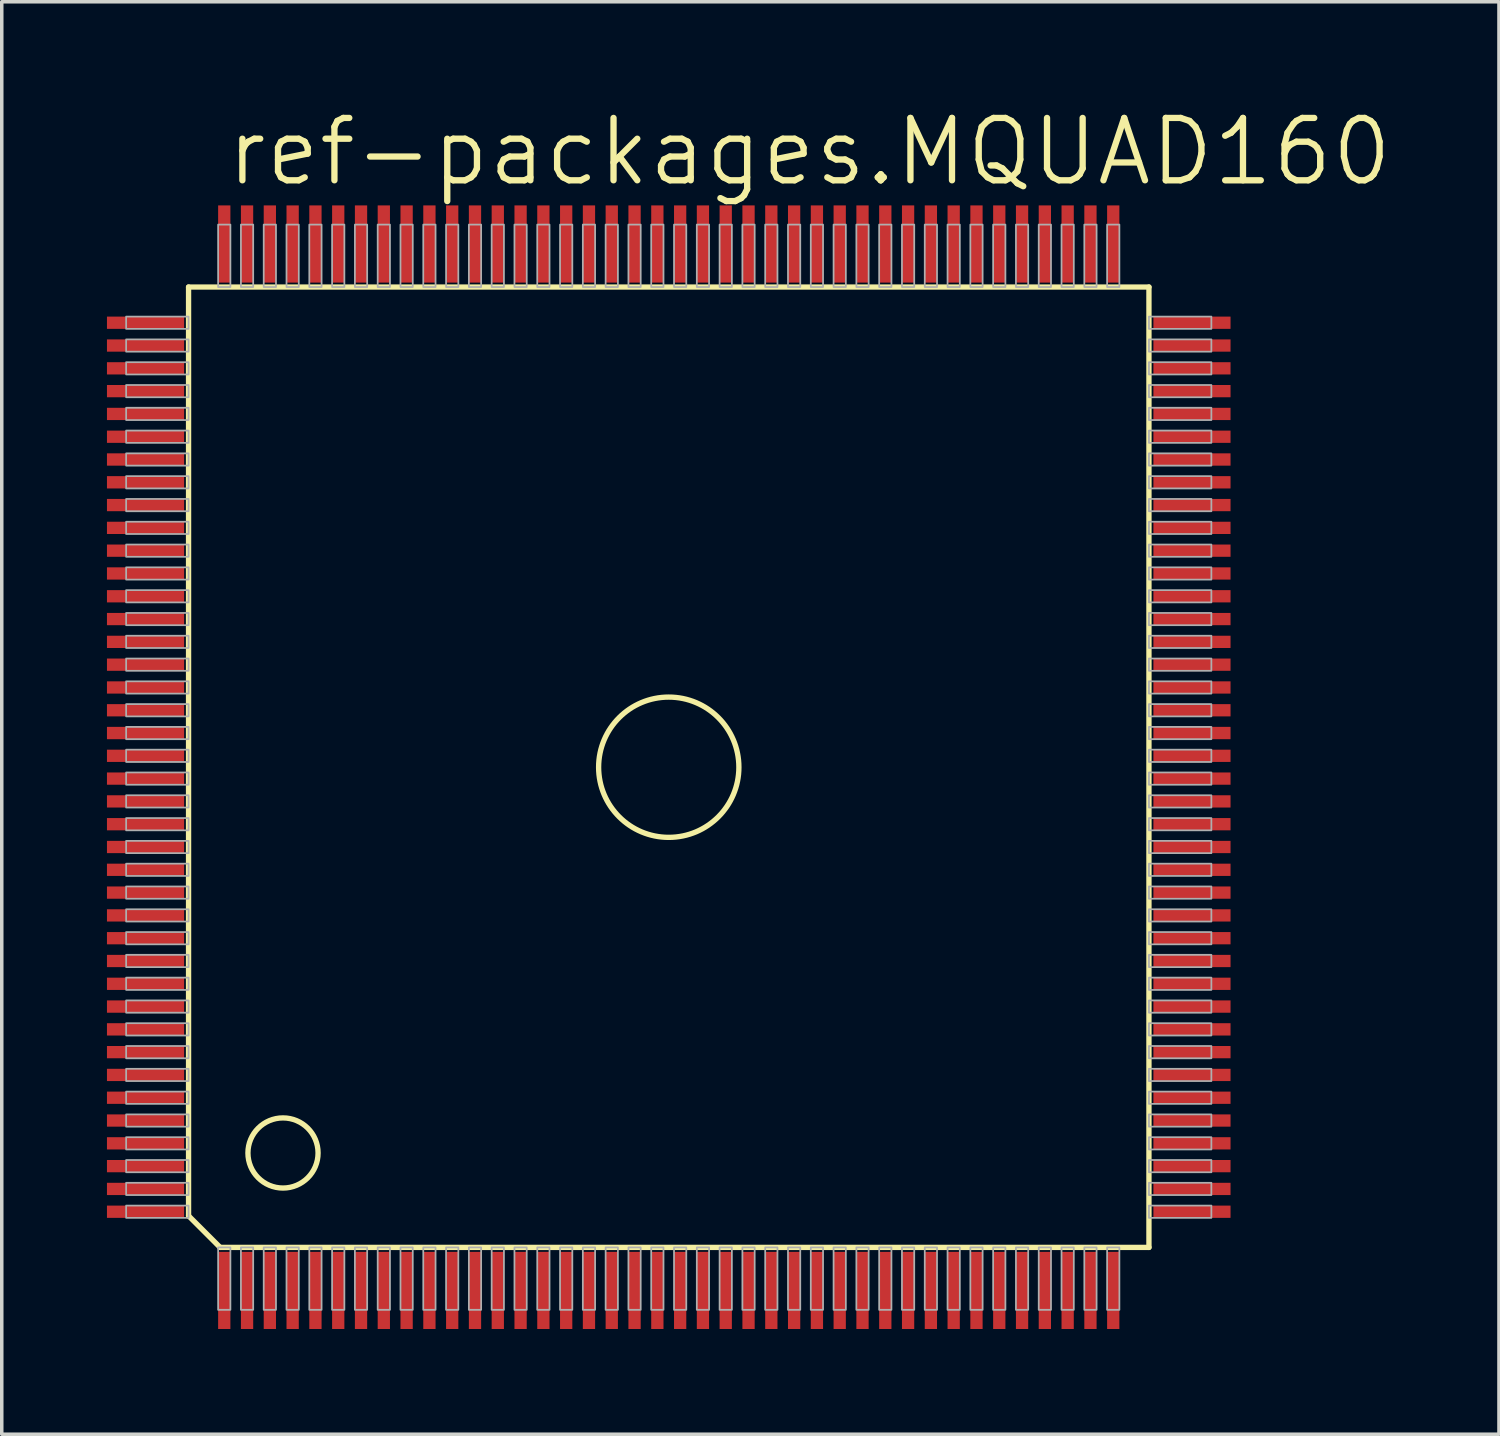
<source format=kicad_pcb>
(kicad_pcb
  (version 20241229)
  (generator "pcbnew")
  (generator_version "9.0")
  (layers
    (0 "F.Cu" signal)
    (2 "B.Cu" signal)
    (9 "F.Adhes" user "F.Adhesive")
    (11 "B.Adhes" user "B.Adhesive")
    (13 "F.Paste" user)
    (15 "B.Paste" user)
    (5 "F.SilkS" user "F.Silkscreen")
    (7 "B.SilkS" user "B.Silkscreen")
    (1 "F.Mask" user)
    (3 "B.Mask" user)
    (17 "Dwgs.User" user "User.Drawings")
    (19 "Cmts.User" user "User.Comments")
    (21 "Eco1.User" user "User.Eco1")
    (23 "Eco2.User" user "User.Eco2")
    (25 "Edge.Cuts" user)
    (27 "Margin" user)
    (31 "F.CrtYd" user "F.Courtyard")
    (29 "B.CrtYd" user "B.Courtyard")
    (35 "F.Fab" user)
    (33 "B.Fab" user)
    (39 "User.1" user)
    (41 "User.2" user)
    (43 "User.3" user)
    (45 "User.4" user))
  (footprint "ref-packages.MQUAD160"
    (layer "F.Cu")
    (at 16.02 18.828)
    (property "Reference" "ref-packages.MQUAD160" (at -12.7 -16.51 0) (layer "F.SilkS") (effects (font (size 1.778 1.778) (thickness 0.18)) (justify left bottom)))
    (attr smd)
    (fp_line (start -13.693 -13.693) (end 13.693 -13.693) (stroke (width 0.152) (type default)) (layer "F.SilkS"))
    (fp_line (start -13.693 12.793) (end -13.693 -13.693) (stroke (width 0.152) (type default)) (layer "F.SilkS"))
    (fp_line (start -12.793 13.693) (end -13.693 12.793) (stroke (width 0.152) (type default)) (layer "F.SilkS"))
    (fp_line (start 13.693 -13.693) (end 13.693 13.693) (stroke (width 0.152) (type default)) (layer "F.SilkS"))
    (fp_line (start 13.693 13.693) (end -12.793 13.693) (stroke (width 0.152) (type default)) (layer "F.SilkS"))
    (fp_circle (center -11 11) (end -10 11) (stroke (width 0.152) (type default)) (fill no) (layer "F.SilkS"))
    (fp_circle (center 0 0) (end 2 0) (stroke (width 0.152) (type default)) (fill no) (layer "F.SilkS"))
    (fp_rect (start -15.473 -12.5) (end -13.693 -12.85) (stroke (width 0.05) (type default)) (fill no) (layer "F.Fab"))
    (fp_rect (start -15.473 -11.85) (end -13.693 -12.2) (stroke (width 0.05) (type default)) (fill no) (layer "F.Fab"))
    (fp_rect (start -15.473 -11.2) (end -13.693 -11.55) (stroke (width 0.05) (type default)) (fill no) (layer "F.Fab"))
    (fp_rect (start -15.473 -10.55) (end -13.693 -10.9) (stroke (width 0.05) (type default)) (fill no) (layer "F.Fab"))
    (fp_rect (start -15.473 -9.9) (end -13.693 -10.25) (stroke (width 0.05) (type default)) (fill no) (layer "F.Fab"))
    (fp_rect (start -15.473 -9.25) (end -13.693 -9.6) (stroke (width 0.05) (type default)) (fill no) (layer "F.Fab"))
    (fp_rect (start -15.473 -8.6) (end -13.693 -8.95) (stroke (width 0.05) (type default)) (fill no) (layer "F.Fab"))
    (fp_rect (start -15.473 -7.95) (end -13.693 -8.3) (stroke (width 0.05) (type default)) (fill no) (layer "F.Fab"))
    (fp_rect (start -15.473 -7.3) (end -13.693 -7.65) (stroke (width 0.05) (type default)) (fill no) (layer "F.Fab"))
    (fp_rect (start -15.473 -6.65) (end -13.693 -7) (stroke (width 0.05) (type default)) (fill no) (layer "F.Fab"))
    (fp_rect (start -15.473 -6) (end -13.693 -6.35) (stroke (width 0.05) (type default)) (fill no) (layer "F.Fab"))
    (fp_rect (start -15.473 -5.35) (end -13.693 -5.7) (stroke (width 0.05) (type default)) (fill no) (layer "F.Fab"))
    (fp_rect (start -15.473 -4.7) (end -13.693 -5.05) (stroke (width 0.05) (type default)) (fill no) (layer "F.Fab"))
    (fp_rect (start -15.473 -4.05) (end -13.693 -4.4) (stroke (width 0.05) (type default)) (fill no) (layer "F.Fab"))
    (fp_rect (start -15.473 -3.4) (end -13.693 -3.75) (stroke (width 0.05) (type default)) (fill no) (layer "F.Fab"))
    (fp_rect (start -15.473 -2.75) (end -13.693 -3.1) (stroke (width 0.05) (type default)) (fill no) (layer "F.Fab"))
    (fp_rect (start -15.473 -2.1) (end -13.693 -2.45) (stroke (width 0.05) (type default)) (fill no) (layer "F.Fab"))
    (fp_rect (start -15.473 -1.45) (end -13.693 -1.8) (stroke (width 0.05) (type default)) (fill no) (layer "F.Fab"))
    (fp_rect (start -15.473 -0.8) (end -13.693 -1.15) (stroke (width 0.05) (type default)) (fill no) (layer "F.Fab"))
    (fp_rect (start -15.473 -0.15) (end -13.693 -0.5) (stroke (width 0.05) (type default)) (fill no) (layer "F.Fab"))
    (fp_rect (start -15.473 0.5) (end -13.693 0.15) (stroke (width 0.05) (type default)) (fill no) (layer "F.Fab"))
    (fp_rect (start -15.473 1.15) (end -13.693 0.8) (stroke (width 0.05) (type default)) (fill no) (layer "F.Fab"))
    (fp_rect (start -15.473 1.8) (end -13.693 1.45) (stroke (width 0.05) (type default)) (fill no) (layer "F.Fab"))
    (fp_rect (start -15.473 2.45) (end -13.693 2.1) (stroke (width 0.05) (type default)) (fill no) (layer "F.Fab"))
    (fp_rect (start -15.473 3.1) (end -13.693 2.75) (stroke (width 0.05) (type default)) (fill no) (layer "F.Fab"))
    (fp_rect (start -15.473 3.75) (end -13.693 3.4) (stroke (width 0.05) (type default)) (fill no) (layer "F.Fab"))
    (fp_rect (start -15.473 4.4) (end -13.693 4.05) (stroke (width 0.05) (type default)) (fill no) (layer "F.Fab"))
    (fp_rect (start -15.473 5.05) (end -13.693 4.7) (stroke (width 0.05) (type default)) (fill no) (layer "F.Fab"))
    (fp_rect (start -15.473 5.7) (end -13.693 5.35) (stroke (width 0.05) (type default)) (fill no) (layer "F.Fab"))
    (fp_rect (start -15.473 6.35) (end -13.693 6) (stroke (width 0.05) (type default)) (fill no) (layer "F.Fab"))
    (fp_rect (start -15.473 7) (end -13.693 6.65) (stroke (width 0.05) (type default)) (fill no) (layer "F.Fab"))
    (fp_rect (start -15.473 7.65) (end -13.693 7.3) (stroke (width 0.05) (type default)) (fill no) (layer "F.Fab"))
    (fp_rect (start -15.473 8.3) (end -13.693 7.95) (stroke (width 0.05) (type default)) (fill no) (layer "F.Fab"))
    (fp_rect (start -15.473 8.95) (end -13.693 8.6) (stroke (width 0.05) (type default)) (fill no) (layer "F.Fab"))
    (fp_rect (start -15.473 9.6) (end -13.693 9.25) (stroke (width 0.05) (type default)) (fill no) (layer "F.Fab"))
    (fp_rect (start -15.473 10.25) (end -13.693 9.9) (stroke (width 0.05) (type default)) (fill no) (layer "F.Fab"))
    (fp_rect (start -15.473 10.9) (end -13.693 10.55) (stroke (width 0.05) (type default)) (fill no) (layer "F.Fab"))
    (fp_rect (start -15.473 11.55) (end -13.693 11.2) (stroke (width 0.05) (type default)) (fill no) (layer "F.Fab"))
    (fp_rect (start -15.473 12.2) (end -13.693 11.85) (stroke (width 0.05) (type default)) (fill no) (layer "F.Fab"))
    (fp_rect (start -15.473 12.85) (end -13.693 12.5) (stroke (width 0.05) (type default)) (fill no) (layer "F.Fab"))
    (fp_rect (start -12.85 -13.693) (end -12.5 -15.473) (stroke (width 0.05) (type default)) (fill no) (layer "F.Fab"))
    (fp_rect (start -12.85 15.473) (end -12.5 13.693) (stroke (width 0.05) (type default)) (fill no) (layer "F.Fab"))
    (fp_rect (start -12.2 -13.693) (end -11.85 -15.473) (stroke (width 0.05) (type default)) (fill no) (layer "F.Fab"))
    (fp_rect (start -12.2 15.473) (end -11.85 13.693) (stroke (width 0.05) (type default)) (fill no) (layer "F.Fab"))
    (fp_rect (start -11.55 -13.693) (end -11.2 -15.473) (stroke (width 0.05) (type default)) (fill no) (layer "F.Fab"))
    (fp_rect (start -11.55 15.473) (end -11.2 13.693) (stroke (width 0.05) (type default)) (fill no) (layer "F.Fab"))
    (fp_rect (start -10.9 -13.693) (end -10.55 -15.473) (stroke (width 0.05) (type default)) (fill no) (layer "F.Fab"))
    (fp_rect (start -10.9 15.473) (end -10.55 13.693) (stroke (width 0.05) (type default)) (fill no) (layer "F.Fab"))
    (fp_rect (start -10.25 -13.693) (end -9.9 -15.473) (stroke (width 0.05) (type default)) (fill no) (layer "F.Fab"))
    (fp_rect (start -10.25 15.473) (end -9.9 13.693) (stroke (width 0.05) (type default)) (fill no) (layer "F.Fab"))
    (fp_rect (start -9.6 -13.693) (end -9.25 -15.473) (stroke (width 0.05) (type default)) (fill no) (layer "F.Fab"))
    (fp_rect (start -9.6 15.473) (end -9.25 13.693) (stroke (width 0.05) (type default)) (fill no) (layer "F.Fab"))
    (fp_rect (start -8.95 -13.693) (end -8.6 -15.473) (stroke (width 0.05) (type default)) (fill no) (layer "F.Fab"))
    (fp_rect (start -8.95 15.473) (end -8.6 13.693) (stroke (width 0.05) (type default)) (fill no) (layer "F.Fab"))
    (fp_rect (start -8.3 -13.693) (end -7.95 -15.473) (stroke (width 0.05) (type default)) (fill no) (layer "F.Fab"))
    (fp_rect (start -8.3 15.473) (end -7.95 13.693) (stroke (width 0.05) (type default)) (fill no) (layer "F.Fab"))
    (fp_rect (start -7.65 -13.693) (end -7.3 -15.473) (stroke (width 0.05) (type default)) (fill no) (layer "F.Fab"))
    (fp_rect (start -7.65 15.473) (end -7.3 13.693) (stroke (width 0.05) (type default)) (fill no) (layer "F.Fab"))
    (fp_rect (start -7 -13.693) (end -6.65 -15.473) (stroke (width 0.05) (type default)) (fill no) (layer "F.Fab"))
    (fp_rect (start -7 15.473) (end -6.65 13.693) (stroke (width 0.05) (type default)) (fill no) (layer "F.Fab"))
    (fp_rect (start -6.35 -13.693) (end -6 -15.473) (stroke (width 0.05) (type default)) (fill no) (layer "F.Fab"))
    (fp_rect (start -6.35 15.473) (end -6 13.693) (stroke (width 0.05) (type default)) (fill no) (layer "F.Fab"))
    (fp_rect (start -5.7 -13.693) (end -5.35 -15.473) (stroke (width 0.05) (type default)) (fill no) (layer "F.Fab"))
    (fp_rect (start -5.7 15.473) (end -5.35 13.693) (stroke (width 0.05) (type default)) (fill no) (layer "F.Fab"))
    (fp_rect (start -5.05 -13.693) (end -4.7 -15.473) (stroke (width 0.05) (type default)) (fill no) (layer "F.Fab"))
    (fp_rect (start -5.05 15.473) (end -4.7 13.693) (stroke (width 0.05) (type default)) (fill no) (layer "F.Fab"))
    (fp_rect (start -4.4 -13.693) (end -4.05 -15.473) (stroke (width 0.05) (type default)) (fill no) (layer "F.Fab"))
    (fp_rect (start -4.4 15.473) (end -4.05 13.693) (stroke (width 0.05) (type default)) (fill no) (layer "F.Fab"))
    (fp_rect (start -3.75 -13.693) (end -3.4 -15.473) (stroke (width 0.05) (type default)) (fill no) (layer "F.Fab"))
    (fp_rect (start -3.75 15.473) (end -3.4 13.693) (stroke (width 0.05) (type default)) (fill no) (layer "F.Fab"))
    (fp_rect (start -3.1 -13.693) (end -2.75 -15.473) (stroke (width 0.05) (type default)) (fill no) (layer "F.Fab"))
    (fp_rect (start -3.1 15.473) (end -2.75 13.693) (stroke (width 0.05) (type default)) (fill no) (layer "F.Fab"))
    (fp_rect (start -2.45 -13.693) (end -2.1 -15.473) (stroke (width 0.05) (type default)) (fill no) (layer "F.Fab"))
    (fp_rect (start -2.45 15.473) (end -2.1 13.693) (stroke (width 0.05) (type default)) (fill no) (layer "F.Fab"))
    (fp_rect (start -1.8 -13.693) (end -1.45 -15.473) (stroke (width 0.05) (type default)) (fill no) (layer "F.Fab"))
    (fp_rect (start -1.8 15.473) (end -1.45 13.693) (stroke (width 0.05) (type default)) (fill no) (layer "F.Fab"))
    (fp_rect (start -1.15 -13.693) (end -0.8 -15.473) (stroke (width 0.05) (type default)) (fill no) (layer "F.Fab"))
    (fp_rect (start -1.15 15.473) (end -0.8 13.693) (stroke (width 0.05) (type default)) (fill no) (layer "F.Fab"))
    (fp_rect (start -0.5 -13.693) (end -0.15 -15.473) (stroke (width 0.05) (type default)) (fill no) (layer "F.Fab"))
    (fp_rect (start -0.5 15.473) (end -0.15 13.693) (stroke (width 0.05) (type default)) (fill no) (layer "F.Fab"))
    (fp_rect (start 0.15 -13.693) (end 0.5 -15.473) (stroke (width 0.05) (type default)) (fill no) (layer "F.Fab"))
    (fp_rect (start 0.15 15.473) (end 0.5 13.693) (stroke (width 0.05) (type default)) (fill no) (layer "F.Fab"))
    (fp_rect (start 0.8 -13.693) (end 1.15 -15.473) (stroke (width 0.05) (type default)) (fill no) (layer "F.Fab"))
    (fp_rect (start 0.8 15.473) (end 1.15 13.693) (stroke (width 0.05) (type default)) (fill no) (layer "F.Fab"))
    (fp_rect (start 1.45 -13.693) (end 1.8 -15.473) (stroke (width 0.05) (type default)) (fill no) (layer "F.Fab"))
    (fp_rect (start 1.45 15.473) (end 1.8 13.693) (stroke (width 0.05) (type default)) (fill no) (layer "F.Fab"))
    (fp_rect (start 2.1 -13.693) (end 2.45 -15.473) (stroke (width 0.05) (type default)) (fill no) (layer "F.Fab"))
    (fp_rect (start 2.1 15.473) (end 2.45 13.693) (stroke (width 0.05) (type default)) (fill no) (layer "F.Fab"))
    (fp_rect (start 2.75 -13.693) (end 3.1 -15.473) (stroke (width 0.05) (type default)) (fill no) (layer "F.Fab"))
    (fp_rect (start 2.75 15.473) (end 3.1 13.693) (stroke (width 0.05) (type default)) (fill no) (layer "F.Fab"))
    (fp_rect (start 3.4 -13.693) (end 3.75 -15.473) (stroke (width 0.05) (type default)) (fill no) (layer "F.Fab"))
    (fp_rect (start 3.4 15.473) (end 3.75 13.693) (stroke (width 0.05) (type default)) (fill no) (layer "F.Fab"))
    (fp_rect (start 4.05 -13.693) (end 4.4 -15.473) (stroke (width 0.05) (type default)) (fill no) (layer "F.Fab"))
    (fp_rect (start 4.05 15.473) (end 4.4 13.693) (stroke (width 0.05) (type default)) (fill no) (layer "F.Fab"))
    (fp_rect (start 4.7 -13.693) (end 5.05 -15.473) (stroke (width 0.05) (type default)) (fill no) (layer "F.Fab"))
    (fp_rect (start 4.7 15.473) (end 5.05 13.693) (stroke (width 0.05) (type default)) (fill no) (layer "F.Fab"))
    (fp_rect (start 5.35 -13.693) (end 5.7 -15.473) (stroke (width 0.05) (type default)) (fill no) (layer "F.Fab"))
    (fp_rect (start 5.35 15.473) (end 5.7 13.693) (stroke (width 0.05) (type default)) (fill no) (layer "F.Fab"))
    (fp_rect (start 6 -13.693) (end 6.35 -15.473) (stroke (width 0.05) (type default)) (fill no) (layer "F.Fab"))
    (fp_rect (start 6 15.473) (end 6.35 13.693) (stroke (width 0.05) (type default)) (fill no) (layer "F.Fab"))
    (fp_rect (start 6.65 -13.693) (end 7 -15.473) (stroke (width 0.05) (type default)) (fill no) (layer "F.Fab"))
    (fp_rect (start 6.65 15.473) (end 7 13.693) (stroke (width 0.05) (type default)) (fill no) (layer "F.Fab"))
    (fp_rect (start 7.3 -13.693) (end 7.65 -15.473) (stroke (width 0.05) (type default)) (fill no) (layer "F.Fab"))
    (fp_rect (start 7.3 15.473) (end 7.65 13.693) (stroke (width 0.05) (type default)) (fill no) (layer "F.Fab"))
    (fp_rect (start 7.95 -13.693) (end 8.3 -15.473) (stroke (width 0.05) (type default)) (fill no) (layer "F.Fab"))
    (fp_rect (start 7.95 15.473) (end 8.3 13.693) (stroke (width 0.05) (type default)) (fill no) (layer "F.Fab"))
    (fp_rect (start 8.6 -13.693) (end 8.95 -15.473) (stroke (width 0.05) (type default)) (fill no) (layer "F.Fab"))
    (fp_rect (start 8.6 15.473) (end 8.95 13.693) (stroke (width 0.05) (type default)) (fill no) (layer "F.Fab"))
    (fp_rect (start 9.25 -13.693) (end 9.6 -15.473) (stroke (width 0.05) (type default)) (fill no) (layer "F.Fab"))
    (fp_rect (start 9.25 15.473) (end 9.6 13.693) (stroke (width 0.05) (type default)) (fill no) (layer "F.Fab"))
    (fp_rect (start 9.9 -13.693) (end 10.25 -15.473) (stroke (width 0.05) (type default)) (fill no) (layer "F.Fab"))
    (fp_rect (start 9.9 15.473) (end 10.25 13.693) (stroke (width 0.05) (type default)) (fill no) (layer "F.Fab"))
    (fp_rect (start 10.55 -13.693) (end 10.9 -15.473) (stroke (width 0.05) (type default)) (fill no) (layer "F.Fab"))
    (fp_rect (start 10.55 15.473) (end 10.9 13.693) (stroke (width 0.05) (type default)) (fill no) (layer "F.Fab"))
    (fp_rect (start 11.2 -13.693) (end 11.55 -15.473) (stroke (width 0.05) (type default)) (fill no) (layer "F.Fab"))
    (fp_rect (start 11.2 15.473) (end 11.55 13.693) (stroke (width 0.05) (type default)) (fill no) (layer "F.Fab"))
    (fp_rect (start 11.85 -13.693) (end 12.2 -15.473) (stroke (width 0.05) (type default)) (fill no) (layer "F.Fab"))
    (fp_rect (start 11.85 15.473) (end 12.2 13.693) (stroke (width 0.05) (type default)) (fill no) (layer "F.Fab"))
    (fp_rect (start 12.5 -13.693) (end 12.85 -15.473) (stroke (width 0.05) (type default)) (fill no) (layer "F.Fab"))
    (fp_rect (start 12.5 15.473) (end 12.85 13.693) (stroke (width 0.05) (type default)) (fill no) (layer "F.Fab"))
    (fp_rect (start 13.693 -12.5) (end 15.473 -12.85) (stroke (width 0.05) (type default)) (fill no) (layer "F.Fab"))
    (fp_rect (start 13.693 -11.85) (end 15.473 -12.2) (stroke (width 0.05) (type default)) (fill no) (layer "F.Fab"))
    (fp_rect (start 13.693 -11.2) (end 15.473 -11.55) (stroke (width 0.05) (type default)) (fill no) (layer "F.Fab"))
    (fp_rect (start 13.693 -10.55) (end 15.473 -10.9) (stroke (width 0.05) (type default)) (fill no) (layer "F.Fab"))
    (fp_rect (start 13.693 -9.9) (end 15.473 -10.25) (stroke (width 0.05) (type default)) (fill no) (layer "F.Fab"))
    (fp_rect (start 13.693 -9.25) (end 15.473 -9.6) (stroke (width 0.05) (type default)) (fill no) (layer "F.Fab"))
    (fp_rect (start 13.693 -8.6) (end 15.473 -8.95) (stroke (width 0.05) (type default)) (fill no) (layer "F.Fab"))
    (fp_rect (start 13.693 -7.95) (end 15.473 -8.3) (stroke (width 0.05) (type default)) (fill no) (layer "F.Fab"))
    (fp_rect (start 13.693 -7.3) (end 15.473 -7.65) (stroke (width 0.05) (type default)) (fill no) (layer "F.Fab"))
    (fp_rect (start 13.693 -6.65) (end 15.473 -7) (stroke (width 0.05) (type default)) (fill no) (layer "F.Fab"))
    (fp_rect (start 13.693 -6) (end 15.473 -6.35) (stroke (width 0.05) (type default)) (fill no) (layer "F.Fab"))
    (fp_rect (start 13.693 -5.35) (end 15.473 -5.7) (stroke (width 0.05) (type default)) (fill no) (layer "F.Fab"))
    (fp_rect (start 13.693 -4.7) (end 15.473 -5.05) (stroke (width 0.05) (type default)) (fill no) (layer "F.Fab"))
    (fp_rect (start 13.693 -4.05) (end 15.473 -4.4) (stroke (width 0.05) (type default)) (fill no) (layer "F.Fab"))
    (fp_rect (start 13.693 -3.4) (end 15.473 -3.75) (stroke (width 0.05) (type default)) (fill no) (layer "F.Fab"))
    (fp_rect (start 13.693 -2.75) (end 15.473 -3.1) (stroke (width 0.05) (type default)) (fill no) (layer "F.Fab"))
    (fp_rect (start 13.693 -2.1) (end 15.473 -2.45) (stroke (width 0.05) (type default)) (fill no) (layer "F.Fab"))
    (fp_rect (start 13.693 -1.45) (end 15.473 -1.8) (stroke (width 0.05) (type default)) (fill no) (layer "F.Fab"))
    (fp_rect (start 13.693 -0.8) (end 15.473 -1.15) (stroke (width 0.05) (type default)) (fill no) (layer "F.Fab"))
    (fp_rect (start 13.693 -0.15) (end 15.473 -0.5) (stroke (width 0.05) (type default)) (fill no) (layer "F.Fab"))
    (fp_rect (start 13.693 0.5) (end 15.473 0.15) (stroke (width 0.05) (type default)) (fill no) (layer "F.Fab"))
    (fp_rect (start 13.693 1.15) (end 15.473 0.8) (stroke (width 0.05) (type default)) (fill no) (layer "F.Fab"))
    (fp_rect (start 13.693 1.8) (end 15.473 1.45) (stroke (width 0.05) (type default)) (fill no) (layer "F.Fab"))
    (fp_rect (start 13.693 2.45) (end 15.473 2.1) (stroke (width 0.05) (type default)) (fill no) (layer "F.Fab"))
    (fp_rect (start 13.693 3.1) (end 15.473 2.75) (stroke (width 0.05) (type default)) (fill no) (layer "F.Fab"))
    (fp_rect (start 13.693 3.75) (end 15.473 3.4) (stroke (width 0.05) (type default)) (fill no) (layer "F.Fab"))
    (fp_rect (start 13.693 4.4) (end 15.473 4.05) (stroke (width 0.05) (type default)) (fill no) (layer "F.Fab"))
    (fp_rect (start 13.693 5.05) (end 15.473 4.7) (stroke (width 0.05) (type default)) (fill no) (layer "F.Fab"))
    (fp_rect (start 13.693 5.7) (end 15.473 5.35) (stroke (width 0.05) (type default)) (fill no) (layer "F.Fab"))
    (fp_rect (start 13.693 6.35) (end 15.473 6) (stroke (width 0.05) (type default)) (fill no) (layer "F.Fab"))
    (fp_rect (start 13.693 7) (end 15.473 6.65) (stroke (width 0.05) (type default)) (fill no) (layer "F.Fab"))
    (fp_rect (start 13.693 7.65) (end 15.473 7.3) (stroke (width 0.05) (type default)) (fill no) (layer "F.Fab"))
    (fp_rect (start 13.693 8.3) (end 15.473 7.95) (stroke (width 0.05) (type default)) (fill no) (layer "F.Fab"))
    (fp_rect (start 13.693 8.95) (end 15.473 8.6) (stroke (width 0.05) (type default)) (fill no) (layer "F.Fab"))
    (fp_rect (start 13.693 9.6) (end 15.473 9.25) (stroke (width 0.05) (type default)) (fill no) (layer "F.Fab"))
    (fp_rect (start 13.693 10.25) (end 15.473 9.9) (stroke (width 0.05) (type default)) (fill no) (layer "F.Fab"))
    (fp_rect (start 13.693 10.9) (end 15.473 10.55) (stroke (width 0.05) (type default)) (fill no) (layer "F.Fab"))
    (fp_rect (start 13.693 11.55) (end 15.473 11.2) (stroke (width 0.05) (type default)) (fill no) (layer "F.Fab"))
    (fp_rect (start 13.693 12.2) (end 15.473 11.85) (stroke (width 0.05) (type default)) (fill no) (layer "F.Fab"))
    (fp_rect (start 13.693 12.85) (end 15.473 12.5) (stroke (width 0.05) (type default)) (fill no) (layer "F.Fab"))
    (pad "1" smd roundrect (at -12.675 14.92) (size 0.35 2.2) (layers "F.Cu" "F.Mask" "F.Paste") (roundrect_rratio 0.01))
    (pad "2" smd roundrect (at -12.025 14.92) (size 0.35 2.2) (layers "F.Cu" "F.Mask" "F.Paste") (roundrect_rratio 0.01))
    (pad "3" smd roundrect (at -11.375 14.92) (size 0.35 2.2) (layers "F.Cu" "F.Mask" "F.Paste") (roundrect_rratio 0.01))
    (pad "4" smd roundrect (at -10.725 14.92) (size 0.35 2.2) (layers "F.Cu" "F.Mask" "F.Paste") (roundrect_rratio 0.01))
    (pad "5" smd roundrect (at -10.075 14.92) (size 0.35 2.2) (layers "F.Cu" "F.Mask" "F.Paste") (roundrect_rratio 0.01))
    (pad "6" smd roundrect (at -9.425 14.92) (size 0.35 2.2) (layers "F.Cu" "F.Mask" "F.Paste") (roundrect_rratio 0.01))
    (pad "7" smd roundrect (at -8.775 14.92) (size 0.35 2.2) (layers "F.Cu" "F.Mask" "F.Paste") (roundrect_rratio 0.01))
    (pad "8" smd roundrect (at -8.125 14.92) (size 0.35 2.2) (layers "F.Cu" "F.Mask" "F.Paste") (roundrect_rratio 0.01))
    (pad "9" smd roundrect (at -7.475 14.92) (size 0.35 2.2) (layers "F.Cu" "F.Mask" "F.Paste") (roundrect_rratio 0.01))
    (pad "10" smd roundrect (at -6.825 14.92) (size 0.35 2.2) (layers "F.Cu" "F.Mask" "F.Paste") (roundrect_rratio 0.01))
    (pad "11" smd roundrect (at -6.175 14.92) (size 0.35 2.2) (layers "F.Cu" "F.Mask" "F.Paste") (roundrect_rratio 0.01))
    (pad "12" smd roundrect (at -5.525 14.92) (size 0.35 2.2) (layers "F.Cu" "F.Mask" "F.Paste") (roundrect_rratio 0.01))
    (pad "13" smd roundrect (at -4.875 14.92) (size 0.35 2.2) (layers "F.Cu" "F.Mask" "F.Paste") (roundrect_rratio 0.01))
    (pad "14" smd roundrect (at -4.225 14.92) (size 0.35 2.2) (layers "F.Cu" "F.Mask" "F.Paste") (roundrect_rratio 0.01))
    (pad "15" smd roundrect (at -3.575 14.92) (size 0.35 2.2) (layers "F.Cu" "F.Mask" "F.Paste") (roundrect_rratio 0.01))
    (pad "16" smd roundrect (at -2.925 14.92) (size 0.35 2.2) (layers "F.Cu" "F.Mask" "F.Paste") (roundrect_rratio 0.01))
    (pad "17" smd roundrect (at -2.275 14.92) (size 0.35 2.2) (layers "F.Cu" "F.Mask" "F.Paste") (roundrect_rratio 0.01))
    (pad "18" smd roundrect (at -1.625 14.92) (size 0.35 2.2) (layers "F.Cu" "F.Mask" "F.Paste") (roundrect_rratio 0.01))
    (pad "19" smd roundrect (at -0.975 14.92) (size 0.35 2.2) (layers "F.Cu" "F.Mask" "F.Paste") (roundrect_rratio 0.01))
    (pad "20" smd roundrect (at -0.325 14.92) (size 0.35 2.2) (layers "F.Cu" "F.Mask" "F.Paste") (roundrect_rratio 0.01))
    (pad "21" smd roundrect (at 0.325 14.92) (size 0.35 2.2) (layers "F.Cu" "F.Mask" "F.Paste") (roundrect_rratio 0.01))
    (pad "22" smd roundrect (at 0.975 14.92) (size 0.35 2.2) (layers "F.Cu" "F.Mask" "F.Paste") (roundrect_rratio 0.01))
    (pad "23" smd roundrect (at 1.625 14.92) (size 0.35 2.2) (layers "F.Cu" "F.Mask" "F.Paste") (roundrect_rratio 0.01))
    (pad "24" smd roundrect (at 2.275 14.92) (size 0.35 2.2) (layers "F.Cu" "F.Mask" "F.Paste") (roundrect_rratio 0.01))
    (pad "25" smd roundrect (at 2.925 14.92) (size 0.35 2.2) (layers "F.Cu" "F.Mask" "F.Paste") (roundrect_rratio 0.01))
    (pad "26" smd roundrect (at 3.575 14.92) (size 0.35 2.2) (layers "F.Cu" "F.Mask" "F.Paste") (roundrect_rratio 0.01))
    (pad "27" smd roundrect (at 4.225 14.92) (size 0.35 2.2) (layers "F.Cu" "F.Mask" "F.Paste") (roundrect_rratio 0.01))
    (pad "28" smd roundrect (at 4.875 14.92) (size 0.35 2.2) (layers "F.Cu" "F.Mask" "F.Paste") (roundrect_rratio 0.01))
    (pad "29" smd roundrect (at 5.525 14.92) (size 0.35 2.2) (layers "F.Cu" "F.Mask" "F.Paste") (roundrect_rratio 0.01))
    (pad "30" smd roundrect (at 6.175 14.92) (size 0.35 2.2) (layers "F.Cu" "F.Mask" "F.Paste") (roundrect_rratio 0.01))
    (pad "31" smd roundrect (at 6.825 14.92) (size 0.35 2.2) (layers "F.Cu" "F.Mask" "F.Paste") (roundrect_rratio 0.01))
    (pad "32" smd roundrect (at 7.475 14.92) (size 0.35 2.2) (layers "F.Cu" "F.Mask" "F.Paste") (roundrect_rratio 0.01))
    (pad "33" smd roundrect (at 8.125 14.92) (size 0.35 2.2) (layers "F.Cu" "F.Mask" "F.Paste") (roundrect_rratio 0.01))
    (pad "34" smd roundrect (at 8.775 14.92) (size 0.35 2.2) (layers "F.Cu" "F.Mask" "F.Paste") (roundrect_rratio 0.01))
    (pad "35" smd roundrect (at 9.425 14.92) (size 0.35 2.2) (layers "F.Cu" "F.Mask" "F.Paste") (roundrect_rratio 0.01))
    (pad "36" smd roundrect (at 10.075 14.92) (size 0.35 2.2) (layers "F.Cu" "F.Mask" "F.Paste") (roundrect_rratio 0.01))
    (pad "37" smd roundrect (at 10.725 14.92) (size 0.35 2.2) (layers "F.Cu" "F.Mask" "F.Paste") (roundrect_rratio 0.01))
    (pad "38" smd roundrect (at 11.375 14.92) (size 0.35 2.2) (layers "F.Cu" "F.Mask" "F.Paste") (roundrect_rratio 0.01))
    (pad "39" smd roundrect (at 12.025 14.92) (size 0.35 2.2) (layers "F.Cu" "F.Mask" "F.Paste") (roundrect_rratio 0.01))
    (pad "40" smd roundrect (at 12.675 14.92) (size 0.35 2.2) (layers "F.Cu" "F.Mask" "F.Paste") (roundrect_rratio 0.01))
    (pad "41" smd roundrect (at 14.92 12.675) (size 2.2 0.35) (layers "F.Cu" "F.Mask" "F.Paste") (roundrect_rratio 0.01))
    (pad "42" smd roundrect (at 14.92 12.025) (size 2.2 0.35) (layers "F.Cu" "F.Mask" "F.Paste") (roundrect_rratio 0.01))
    (pad "43" smd roundrect (at 14.92 11.375) (size 2.2 0.35) (layers "F.Cu" "F.Mask" "F.Paste") (roundrect_rratio 0.01))
    (pad "44" smd roundrect (at 14.92 10.725) (size 2.2 0.35) (layers "F.Cu" "F.Mask" "F.Paste") (roundrect_rratio 0.01))
    (pad "45" smd roundrect (at 14.92 10.075) (size 2.2 0.35) (layers "F.Cu" "F.Mask" "F.Paste") (roundrect_rratio 0.01))
    (pad "46" smd roundrect (at 14.92 9.425) (size 2.2 0.35) (layers "F.Cu" "F.Mask" "F.Paste") (roundrect_rratio 0.01))
    (pad "47" smd roundrect (at 14.92 8.775) (size 2.2 0.35) (layers "F.Cu" "F.Mask" "F.Paste") (roundrect_rratio 0.01))
    (pad "48" smd roundrect (at 14.92 8.125) (size 2.2 0.35) (layers "F.Cu" "F.Mask" "F.Paste") (roundrect_rratio 0.01))
    (pad "49" smd roundrect (at 14.92 7.475) (size 2.2 0.35) (layers "F.Cu" "F.Mask" "F.Paste") (roundrect_rratio 0.01))
    (pad "50" smd roundrect (at 14.92 6.825) (size 2.2 0.35) (layers "F.Cu" "F.Mask" "F.Paste") (roundrect_rratio 0.01))
    (pad "51" smd roundrect (at 14.92 6.175) (size 2.2 0.35) (layers "F.Cu" "F.Mask" "F.Paste") (roundrect_rratio 0.01))
    (pad "52" smd roundrect (at 14.92 5.525) (size 2.2 0.35) (layers "F.Cu" "F.Mask" "F.Paste") (roundrect_rratio 0.01))
    (pad "53" smd roundrect (at 14.92 4.875) (size 2.2 0.35) (layers "F.Cu" "F.Mask" "F.Paste") (roundrect_rratio 0.01))
    (pad "54" smd roundrect (at 14.92 4.225) (size 2.2 0.35) (layers "F.Cu" "F.Mask" "F.Paste") (roundrect_rratio 0.01))
    (pad "55" smd roundrect (at 14.92 3.575) (size 2.2 0.35) (layers "F.Cu" "F.Mask" "F.Paste") (roundrect_rratio 0.01))
    (pad "56" smd roundrect (at 14.92 2.925) (size 2.2 0.35) (layers "F.Cu" "F.Mask" "F.Paste") (roundrect_rratio 0.01))
    (pad "57" smd roundrect (at 14.92 2.275) (size 2.2 0.35) (layers "F.Cu" "F.Mask" "F.Paste") (roundrect_rratio 0.01))
    (pad "58" smd roundrect (at 14.92 1.625) (size 2.2 0.35) (layers "F.Cu" "F.Mask" "F.Paste") (roundrect_rratio 0.01))
    (pad "59" smd roundrect (at 14.92 0.975) (size 2.2 0.35) (layers "F.Cu" "F.Mask" "F.Paste") (roundrect_rratio 0.01))
    (pad "60" smd roundrect (at 14.92 0.325) (size 2.2 0.35) (layers "F.Cu" "F.Mask" "F.Paste") (roundrect_rratio 0.01))
    (pad "61" smd roundrect (at 14.92 -0.325) (size 2.2 0.35) (layers "F.Cu" "F.Mask" "F.Paste") (roundrect_rratio 0.01))
    (pad "62" smd roundrect (at 14.92 -0.975) (size 2.2 0.35) (layers "F.Cu" "F.Mask" "F.Paste") (roundrect_rratio 0.01))
    (pad "63" smd roundrect (at 14.92 -1.625) (size 2.2 0.35) (layers "F.Cu" "F.Mask" "F.Paste") (roundrect_rratio 0.01))
    (pad "64" smd roundrect (at 14.92 -2.275) (size 2.2 0.35) (layers "F.Cu" "F.Mask" "F.Paste") (roundrect_rratio 0.01))
    (pad "65" smd roundrect (at 14.92 -2.925) (size 2.2 0.35) (layers "F.Cu" "F.Mask" "F.Paste") (roundrect_rratio 0.01))
    (pad "66" smd roundrect (at 14.92 -3.575) (size 2.2 0.35) (layers "F.Cu" "F.Mask" "F.Paste") (roundrect_rratio 0.01))
    (pad "67" smd roundrect (at 14.92 -4.225) (size 2.2 0.35) (layers "F.Cu" "F.Mask" "F.Paste") (roundrect_rratio 0.01))
    (pad "68" smd roundrect (at 14.92 -4.875) (size 2.2 0.35) (layers "F.Cu" "F.Mask" "F.Paste") (roundrect_rratio 0.01))
    (pad "69" smd roundrect (at 14.92 -5.525) (size 2.2 0.35) (layers "F.Cu" "F.Mask" "F.Paste") (roundrect_rratio 0.01))
    (pad "70" smd roundrect (at 14.92 -6.175) (size 2.2 0.35) (layers "F.Cu" "F.Mask" "F.Paste") (roundrect_rratio 0.01))
    (pad "71" smd roundrect (at 14.92 -6.825) (size 2.2 0.35) (layers "F.Cu" "F.Mask" "F.Paste") (roundrect_rratio 0.01))
    (pad "72" smd roundrect (at 14.92 -7.475) (size 2.2 0.35) (layers "F.Cu" "F.Mask" "F.Paste") (roundrect_rratio 0.01))
    (pad "73" smd roundrect (at 14.92 -8.125) (size 2.2 0.35) (layers "F.Cu" "F.Mask" "F.Paste") (roundrect_rratio 0.01))
    (pad "74" smd roundrect (at 14.92 -8.775) (size 2.2 0.35) (layers "F.Cu" "F.Mask" "F.Paste") (roundrect_rratio 0.01))
    (pad "75" smd roundrect (at 14.92 -9.425) (size 2.2 0.35) (layers "F.Cu" "F.Mask" "F.Paste") (roundrect_rratio 0.01))
    (pad "76" smd roundrect (at 14.92 -10.075) (size 2.2 0.35) (layers "F.Cu" "F.Mask" "F.Paste") (roundrect_rratio 0.01))
    (pad "77" smd roundrect (at 14.92 -10.725) (size 2.2 0.35) (layers "F.Cu" "F.Mask" "F.Paste") (roundrect_rratio 0.01))
    (pad "78" smd roundrect (at 14.92 -11.375) (size 2.2 0.35) (layers "F.Cu" "F.Mask" "F.Paste") (roundrect_rratio 0.01))
    (pad "79" smd roundrect (at 14.92 -12.025) (size 2.2 0.35) (layers "F.Cu" "F.Mask" "F.Paste") (roundrect_rratio 0.01))
    (pad "80" smd roundrect (at 14.92 -12.675) (size 2.2 0.35) (layers "F.Cu" "F.Mask" "F.Paste") (roundrect_rratio 0.01))
    (pad "81" smd roundrect (at 12.675 -14.92) (size 0.35 2.2) (layers "F.Cu" "F.Mask" "F.Paste") (roundrect_rratio 0.01))
    (pad "82" smd roundrect (at 12.025 -14.92) (size 0.35 2.2) (layers "F.Cu" "F.Mask" "F.Paste") (roundrect_rratio 0.01))
    (pad "83" smd roundrect (at 11.375 -14.92) (size 0.35 2.2) (layers "F.Cu" "F.Mask" "F.Paste") (roundrect_rratio 0.01))
    (pad "84" smd roundrect (at 10.725 -14.92) (size 0.35 2.2) (layers "F.Cu" "F.Mask" "F.Paste") (roundrect_rratio 0.01))
    (pad "85" smd roundrect (at 10.075 -14.92) (size 0.35 2.2) (layers "F.Cu" "F.Mask" "F.Paste") (roundrect_rratio 0.01))
    (pad "86" smd roundrect (at 9.425 -14.92) (size 0.35 2.2) (layers "F.Cu" "F.Mask" "F.Paste") (roundrect_rratio 0.01))
    (pad "87" smd roundrect (at 8.775 -14.92) (size 0.35 2.2) (layers "F.Cu" "F.Mask" "F.Paste") (roundrect_rratio 0.01))
    (pad "88" smd roundrect (at 8.125 -14.92) (size 0.35 2.2) (layers "F.Cu" "F.Mask" "F.Paste") (roundrect_rratio 0.01))
    (pad "89" smd roundrect (at 7.475 -14.92) (size 0.35 2.2) (layers "F.Cu" "F.Mask" "F.Paste") (roundrect_rratio 0.01))
    (pad "90" smd roundrect (at 6.825 -14.92) (size 0.35 2.2) (layers "F.Cu" "F.Mask" "F.Paste") (roundrect_rratio 0.01))
    (pad "91" smd roundrect (at 6.175 -14.92) (size 0.35 2.2) (layers "F.Cu" "F.Mask" "F.Paste") (roundrect_rratio 0.01))
    (pad "92" smd roundrect (at 5.525 -14.92) (size 0.35 2.2) (layers "F.Cu" "F.Mask" "F.Paste") (roundrect_rratio 0.01))
    (pad "93" smd roundrect (at 4.875 -14.92) (size 0.35 2.2) (layers "F.Cu" "F.Mask" "F.Paste") (roundrect_rratio 0.01))
    (pad "94" smd roundrect (at 4.225 -14.92) (size 0.35 2.2) (layers "F.Cu" "F.Mask" "F.Paste") (roundrect_rratio 0.01))
    (pad "95" smd roundrect (at 3.575 -14.92) (size 0.35 2.2) (layers "F.Cu" "F.Mask" "F.Paste") (roundrect_rratio 0.01))
    (pad "96" smd roundrect (at 2.925 -14.92) (size 0.35 2.2) (layers "F.Cu" "F.Mask" "F.Paste") (roundrect_rratio 0.01))
    (pad "97" smd roundrect (at 2.275 -14.92) (size 0.35 2.2) (layers "F.Cu" "F.Mask" "F.Paste") (roundrect_rratio 0.01))
    (pad "98" smd roundrect (at 1.625 -14.92) (size 0.35 2.2) (layers "F.Cu" "F.Mask" "F.Paste") (roundrect_rratio 0.01))
    (pad "99" smd roundrect (at 0.975 -14.92) (size 0.35 2.2) (layers "F.Cu" "F.Mask" "F.Paste") (roundrect_rratio 0.01))
    (pad "100" smd roundrect (at 0.325 -14.92) (size 0.35 2.2) (layers "F.Cu" "F.Mask" "F.Paste") (roundrect_rratio 0.01))
    (pad "101" smd roundrect (at -0.325 -14.92) (size 0.35 2.2) (layers "F.Cu" "F.Mask" "F.Paste") (roundrect_rratio 0.01))
    (pad "102" smd roundrect (at -0.975 -14.92) (size 0.35 2.2) (layers "F.Cu" "F.Mask" "F.Paste") (roundrect_rratio 0.01))
    (pad "103" smd roundrect (at -1.625 -14.92) (size 0.35 2.2) (layers "F.Cu" "F.Mask" "F.Paste") (roundrect_rratio 0.01))
    (pad "104" smd roundrect (at -2.275 -14.92) (size 0.35 2.2) (layers "F.Cu" "F.Mask" "F.Paste") (roundrect_rratio 0.01))
    (pad "105" smd roundrect (at -2.925 -14.92) (size 0.35 2.2) (layers "F.Cu" "F.Mask" "F.Paste") (roundrect_rratio 0.01))
    (pad "106" smd roundrect (at -3.575 -14.92) (size 0.35 2.2) (layers "F.Cu" "F.Mask" "F.Paste") (roundrect_rratio 0.01))
    (pad "107" smd roundrect (at -4.225 -14.92) (size 0.35 2.2) (layers "F.Cu" "F.Mask" "F.Paste") (roundrect_rratio 0.01))
    (pad "108" smd roundrect (at -4.875 -14.92) (size 0.35 2.2) (layers "F.Cu" "F.Mask" "F.Paste") (roundrect_rratio 0.01))
    (pad "109" smd roundrect (at -5.525 -14.92) (size 0.35 2.2) (layers "F.Cu" "F.Mask" "F.Paste") (roundrect_rratio 0.01))
    (pad "110" smd roundrect (at -6.175 -14.92) (size 0.35 2.2) (layers "F.Cu" "F.Mask" "F.Paste") (roundrect_rratio 0.01))
    (pad "111" smd roundrect (at -6.825 -14.92) (size 0.35 2.2) (layers "F.Cu" "F.Mask" "F.Paste") (roundrect_rratio 0.01))
    (pad "112" smd roundrect (at -7.475 -14.92) (size 0.35 2.2) (layers "F.Cu" "F.Mask" "F.Paste") (roundrect_rratio 0.01))
    (pad "113" smd roundrect (at -8.125 -14.92) (size 0.35 2.2) (layers "F.Cu" "F.Mask" "F.Paste") (roundrect_rratio 0.01))
    (pad "114" smd roundrect (at -8.775 -14.92) (size 0.35 2.2) (layers "F.Cu" "F.Mask" "F.Paste") (roundrect_rratio 0.01))
    (pad "115" smd roundrect (at -9.425 -14.92) (size 0.35 2.2) (layers "F.Cu" "F.Mask" "F.Paste") (roundrect_rratio 0.01))
    (pad "116" smd roundrect (at -10.075 -14.92) (size 0.35 2.2) (layers "F.Cu" "F.Mask" "F.Paste") (roundrect_rratio 0.01))
    (pad "117" smd roundrect (at -10.725 -14.92) (size 0.35 2.2) (layers "F.Cu" "F.Mask" "F.Paste") (roundrect_rratio 0.01))
    (pad "118" smd roundrect (at -11.375 -14.92) (size 0.35 2.2) (layers "F.Cu" "F.Mask" "F.Paste") (roundrect_rratio 0.01))
    (pad "119" smd roundrect (at -12.025 -14.92) (size 0.35 2.2) (layers "F.Cu" "F.Mask" "F.Paste") (roundrect_rratio 0.01))
    (pad "120" smd roundrect (at -12.675 -14.92) (size 0.35 2.2) (layers "F.Cu" "F.Mask" "F.Paste") (roundrect_rratio 0.01))
    (pad "121" smd roundrect (at -14.92 -12.675) (size 2.2 0.35) (layers "F.Cu" "F.Mask" "F.Paste") (roundrect_rratio 0.01))
    (pad "122" smd roundrect (at -14.92 -12.025) (size 2.2 0.35) (layers "F.Cu" "F.Mask" "F.Paste") (roundrect_rratio 0.01))
    (pad "123" smd roundrect (at -14.92 -11.375) (size 2.2 0.35) (layers "F.Cu" "F.Mask" "F.Paste") (roundrect_rratio 0.01))
    (pad "124" smd roundrect (at -14.92 -10.725) (size 2.2 0.35) (layers "F.Cu" "F.Mask" "F.Paste") (roundrect_rratio 0.01))
    (pad "125" smd roundrect (at -14.92 -10.075) (size 2.2 0.35) (layers "F.Cu" "F.Mask" "F.Paste") (roundrect_rratio 0.01))
    (pad "126" smd roundrect (at -14.92 -9.425) (size 2.2 0.35) (layers "F.Cu" "F.Mask" "F.Paste") (roundrect_rratio 0.01))
    (pad "127" smd roundrect (at -14.92 -8.775) (size 2.2 0.35) (layers "F.Cu" "F.Mask" "F.Paste") (roundrect_rratio 0.01))
    (pad "128" smd roundrect (at -14.92 -8.125) (size 2.2 0.35) (layers "F.Cu" "F.Mask" "F.Paste") (roundrect_rratio 0.01))
    (pad "129" smd roundrect (at -14.92 -7.475) (size 2.2 0.35) (layers "F.Cu" "F.Mask" "F.Paste") (roundrect_rratio 0.01))
    (pad "130" smd roundrect (at -14.92 -6.825) (size 2.2 0.35) (layers "F.Cu" "F.Mask" "F.Paste") (roundrect_rratio 0.01))
    (pad "131" smd roundrect (at -14.92 -6.175) (size 2.2 0.35) (layers "F.Cu" "F.Mask" "F.Paste") (roundrect_rratio 0.01))
    (pad "132" smd roundrect (at -14.92 -5.525) (size 2.2 0.35) (layers "F.Cu" "F.Mask" "F.Paste") (roundrect_rratio 0.01))
    (pad "133" smd roundrect (at -14.92 -4.875) (size 2.2 0.35) (layers "F.Cu" "F.Mask" "F.Paste") (roundrect_rratio 0.01))
    (pad "134" smd roundrect (at -14.92 -4.225) (size 2.2 0.35) (layers "F.Cu" "F.Mask" "F.Paste") (roundrect_rratio 0.01))
    (pad "135" smd roundrect (at -14.92 -3.575) (size 2.2 0.35) (layers "F.Cu" "F.Mask" "F.Paste") (roundrect_rratio 0.01))
    (pad "136" smd roundrect (at -14.92 -2.925) (size 2.2 0.35) (layers "F.Cu" "F.Mask" "F.Paste") (roundrect_rratio 0.01))
    (pad "137" smd roundrect (at -14.92 -2.275) (size 2.2 0.35) (layers "F.Cu" "F.Mask" "F.Paste") (roundrect_rratio 0.01))
    (pad "138" smd roundrect (at -14.92 -1.625) (size 2.2 0.35) (layers "F.Cu" "F.Mask" "F.Paste") (roundrect_rratio 0.01))
    (pad "139" smd roundrect (at -14.92 -0.975) (size 2.2 0.35) (layers "F.Cu" "F.Mask" "F.Paste") (roundrect_rratio 0.01))
    (pad "140" smd roundrect (at -14.92 -0.325) (size 2.2 0.35) (layers "F.Cu" "F.Mask" "F.Paste") (roundrect_rratio 0.01))
    (pad "141" smd roundrect (at -14.92 0.325) (size 2.2 0.35) (layers "F.Cu" "F.Mask" "F.Paste") (roundrect_rratio 0.01))
    (pad "142" smd roundrect (at -14.92 0.975) (size 2.2 0.35) (layers "F.Cu" "F.Mask" "F.Paste") (roundrect_rratio 0.01))
    (pad "143" smd roundrect (at -14.92 1.625) (size 2.2 0.35) (layers "F.Cu" "F.Mask" "F.Paste") (roundrect_rratio 0.01))
    (pad "144" smd roundrect (at -14.92 2.275) (size 2.2 0.35) (layers "F.Cu" "F.Mask" "F.Paste") (roundrect_rratio 0.01))
    (pad "145" smd roundrect (at -14.92 2.925) (size 2.2 0.35) (layers "F.Cu" "F.Mask" "F.Paste") (roundrect_rratio 0.01))
    (pad "146" smd roundrect (at -14.92 3.575) (size 2.2 0.35) (layers "F.Cu" "F.Mask" "F.Paste") (roundrect_rratio 0.01))
    (pad "147" smd roundrect (at -14.92 4.225) (size 2.2 0.35) (layers "F.Cu" "F.Mask" "F.Paste") (roundrect_rratio 0.01))
    (pad "148" smd roundrect (at -14.92 4.875) (size 2.2 0.35) (layers "F.Cu" "F.Mask" "F.Paste") (roundrect_rratio 0.01))
    (pad "149" smd roundrect (at -14.92 5.525) (size 2.2 0.35) (layers "F.Cu" "F.Mask" "F.Paste") (roundrect_rratio 0.01))
    (pad "150" smd roundrect (at -14.92 6.175) (size 2.2 0.35) (layers "F.Cu" "F.Mask" "F.Paste") (roundrect_rratio 0.01))
    (pad "151" smd roundrect (at -14.92 6.825) (size 2.2 0.35) (layers "F.Cu" "F.Mask" "F.Paste") (roundrect_rratio 0.01))
    (pad "152" smd roundrect (at -14.92 7.475) (size 2.2 0.35) (layers "F.Cu" "F.Mask" "F.Paste") (roundrect_rratio 0.01))
    (pad "153" smd roundrect (at -14.92 8.125) (size 2.2 0.35) (layers "F.Cu" "F.Mask" "F.Paste") (roundrect_rratio 0.01))
    (pad "154" smd roundrect (at -14.92 8.775) (size 2.2 0.35) (layers "F.Cu" "F.Mask" "F.Paste") (roundrect_rratio 0.01))
    (pad "155" smd roundrect (at -14.92 9.425) (size 2.2 0.35) (layers "F.Cu" "F.Mask" "F.Paste") (roundrect_rratio 0.01))
    (pad "156" smd roundrect (at -14.92 10.075) (size 2.2 0.35) (layers "F.Cu" "F.Mask" "F.Paste") (roundrect_rratio 0.01))
    (pad "157" smd roundrect (at -14.92 10.725) (size 2.2 0.35) (layers "F.Cu" "F.Mask" "F.Paste") (roundrect_rratio 0.01))
    (pad "158" smd roundrect (at -14.92 11.375) (size 2.2 0.35) (layers "F.Cu" "F.Mask" "F.Paste") (roundrect_rratio 0.01))
    (pad "159" smd roundrect (at -14.92 12.025) (size 2.2 0.35) (layers "F.Cu" "F.Mask" "F.Paste") (roundrect_rratio 0.01))
    (pad "160" smd roundrect (at -14.92 12.675) (size 2.2 0.35) (layers "F.Cu" "F.Mask" "F.Paste") (roundrect_rratio 0.01)))
  (gr_rect
    (start -3 -3)
    (end 39.694 37.848)
    (stroke (width 0.1) (type default))
    (fill no)
    (layer "Edge.Cuts")))
</source>
